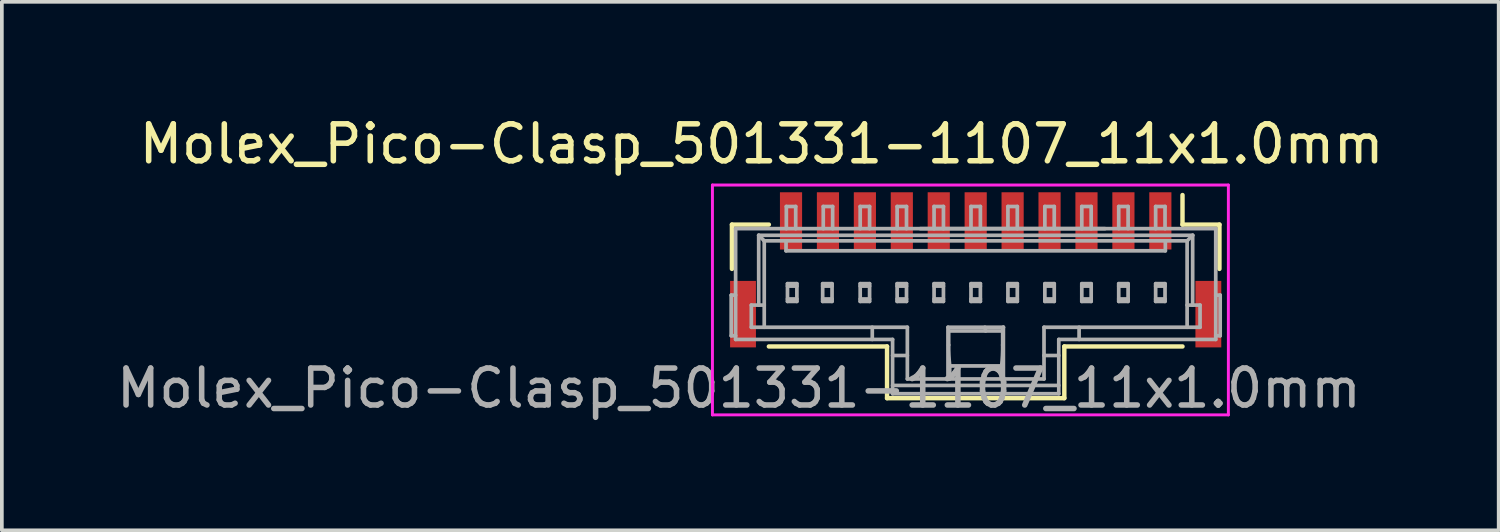
<source format=kicad_pcb>
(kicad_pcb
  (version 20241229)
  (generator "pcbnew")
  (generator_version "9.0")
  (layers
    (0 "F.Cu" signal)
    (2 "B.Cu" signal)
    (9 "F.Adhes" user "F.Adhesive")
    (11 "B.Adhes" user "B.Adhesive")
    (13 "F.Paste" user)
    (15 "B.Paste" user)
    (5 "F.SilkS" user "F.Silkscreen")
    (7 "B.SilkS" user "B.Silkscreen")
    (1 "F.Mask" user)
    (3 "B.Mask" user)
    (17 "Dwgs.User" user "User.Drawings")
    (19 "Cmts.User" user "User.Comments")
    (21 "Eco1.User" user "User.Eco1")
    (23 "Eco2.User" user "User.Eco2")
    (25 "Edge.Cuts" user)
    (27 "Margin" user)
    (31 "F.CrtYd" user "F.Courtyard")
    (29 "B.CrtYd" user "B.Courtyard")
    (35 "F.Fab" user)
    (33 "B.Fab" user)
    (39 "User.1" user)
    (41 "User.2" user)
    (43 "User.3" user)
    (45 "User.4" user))
  (footprint "Molex_Pico-Clasp_501331-1107_11x1.0mm"
    (layer "F.Cu")
    (at 24.368 4.881)
    (property "Reference" "Molex_Pico-Clasp_501331-1107_11x1.0mm" (at -6.797 -4.033 180) (layer "F.SilkS") (effects (font (size 1 1) (thickness 0.15))))
    (attr smd)
    (fp_line (start -7.6 -1.85) (end -6.6 -1.85) (stroke (width 0.12) (type solid)) (layer "F.SilkS"))
    (fp_line (start -7.6 -0.65) (end -7.6 -1.85) (stroke (width 0.12) (type solid)) (layer "F.SilkS"))
    (fp_line (start -3.4 1.45) (end -6.6 1.45) (stroke (width 0.12) (type solid)) (layer "F.SilkS"))
    (fp_line (start -3.4 2.85) (end -3.4 1.45) (stroke (width 0.12) (type solid)) (layer "F.SilkS"))
    (fp_line (start -3.4 2.85) (end 1.4 2.85) (stroke (width 0.12) (type solid)) (layer "F.SilkS"))
    (fp_line (start 1.4 1.45) (end 4.6 1.45) (stroke (width 0.12) (type solid)) (layer "F.SilkS"))
    (fp_line (start 1.4 2.85) (end 1.4 1.45) (stroke (width 0.12) (type solid)) (layer "F.SilkS"))
    (fp_line (start 4.6 -1.85) (end 4.6 -2.65) (stroke (width 0.12) (type solid)) (layer "F.SilkS"))
    (fp_line (start 5.6 -1.85) (end 4.6 -1.85) (stroke (width 0.12) (type solid)) (layer "F.SilkS"))
    (fp_line (start 5.6 -0.65) (end 5.6 -1.85) (stroke (width 0.12) (type solid)) (layer "F.SilkS"))
    (fp_line (start -8.128 -2.921) (end 5.842 -2.921) (stroke (width 0.08) (type solid)) (layer "F.CrtYd"))
    (fp_line (start -8.128 3.302) (end -8.128 -2.921) (stroke (width 0.08) (type solid)) (layer "F.CrtYd"))
    (fp_line (start 5.842 -2.921) (end 5.842 3.302) (stroke (width 0.08) (type solid)) (layer "F.CrtYd"))
    (fp_line (start 5.842 3.302) (end -8.128 3.302) (stroke (width 0.08) (type solid)) (layer "F.CrtYd"))
    (fp_line (start -7.62 0.06) (end -7.62 1.16) (stroke (width 0.1) (type solid)) (layer "F.Fab"))
    (fp_line (start -7.62 0.06) (end -7.5 0.06) (stroke (width 0.1) (type solid)) (layer "F.Fab"))
    (fp_line (start -7.5 -1.74) (end 5.5 -1.74) (stroke (width 0.1) (type solid)) (layer "F.Fab"))
    (fp_line (start -7.5 1.16) (end -7.62 1.16) (stroke (width 0.1) (type solid)) (layer "F.Fab"))
    (fp_line (start -7.5 1.26) (end -7.5 -1.74) (stroke (width 0.1) (type solid)) (layer "F.Fab"))
    (fp_line (start -7.5 1.26) (end -3.25 1.26) (stroke (width 0.1) (type solid)) (layer "F.Fab"))
    (fp_line (start -7.075 0.33) (end -7.075 0.93) (stroke (width 0.1) (type solid)) (layer "F.Fab"))
    (fp_line (start -7.075 0.33) (end -6.725 0.33) (stroke (width 0.1) (type solid)) (layer "F.Fab"))
    (fp_line (start -6.875 -1.56) (end -6.725 -1.41) (stroke (width 0.1) (type solid)) (layer "F.Fab"))
    (fp_line (start -6.875 -1.56) (end 4.875 -1.56) (stroke (width 0.1) (type solid)) (layer "F.Fab"))
    (fp_line (start -6.875 0.33) (end -6.875 -1.56) (stroke (width 0.1) (type solid)) (layer "F.Fab"))
    (fp_line (start -6.725 -1.41) (end 4.725 -1.41) (stroke (width 0.1) (type solid)) (layer "F.Fab"))
    (fp_line (start -6.725 0.93) (end -6.725 -1.41) (stroke (width 0.1) (type solid)) (layer "F.Fab"))
    (fp_line (start -6.135 -1.14) (end -6.135 -1.41) (stroke (width 0.1) (type solid)) (layer "F.Fab"))
    (fp_line (start -6.127 -2.34) (end -5.873 -2.34) (stroke (width 0.1) (type solid)) (layer "F.Fab"))
    (fp_line (start -6.127 -1.74) (end -6.127 -2.34) (stroke (width 0.1) (type solid)) (layer "F.Fab"))
    (fp_line (start -6.096 -0.25) (end -6.096 0.23) (stroke (width 0.1) (type solid)) (layer "F.Fab"))
    (fp_line (start -6.096 -0.25) (end -5.841 -0.25) (stroke (width 0.1) (type solid)) (layer "F.Fab"))
    (fp_line (start -6.096 -0.185) (end -5.841 -0.185) (stroke (width 0.1) (type solid)) (layer "F.Fab"))
    (fp_line (start -6.096 0.165) (end -5.841 0.165) (stroke (width 0.1) (type solid)) (layer "F.Fab"))
    (fp_line (start -6.096 0.23) (end -5.841 0.23) (stroke (width 0.1) (type solid)) (layer "F.Fab"))
    (fp_line (start -5.873 -2.34) (end -5.873 -1.74) (stroke (width 0.1) (type solid)) (layer "F.Fab"))
    (fp_line (start -5.841 -0.25) (end -5.841 0.23) (stroke (width 0.1) (type solid)) (layer "F.Fab"))
    (fp_line (start -5.143 -0.25) (end -5.143 0.23) (stroke (width 0.1) (type solid)) (layer "F.Fab"))
    (fp_line (start -5.143 -0.25) (end -4.889 -0.25) (stroke (width 0.1) (type solid)) (layer "F.Fab"))
    (fp_line (start -5.143 -0.185) (end -4.889 -0.185) (stroke (width 0.1) (type solid)) (layer "F.Fab"))
    (fp_line (start -5.143 0.165) (end -4.889 0.165) (stroke (width 0.1) (type solid)) (layer "F.Fab"))
    (fp_line (start -5.143 0.23) (end -4.889 0.23) (stroke (width 0.1) (type solid)) (layer "F.Fab"))
    (fp_line (start -5.127 -2.34) (end -4.873 -2.34) (stroke (width 0.1) (type solid)) (layer "F.Fab"))
    (fp_line (start -5.127 -1.74) (end -5.127 -2.34) (stroke (width 0.1) (type solid)) (layer "F.Fab"))
    (fp_line (start -4.889 -0.25) (end -4.889 0.23) (stroke (width 0.1) (type solid)) (layer "F.Fab"))
    (fp_line (start -4.873 -2.34) (end -4.873 -1.74) (stroke (width 0.1) (type solid)) (layer "F.Fab"))
    (fp_line (start -4.127 -2.34) (end -3.873 -2.34) (stroke (width 0.1) (type solid)) (layer "F.Fab"))
    (fp_line (start -4.127 -1.74) (end -4.127 -2.34) (stroke (width 0.1) (type solid)) (layer "F.Fab"))
    (fp_line (start -4.127 -0.25) (end -4.127 0.23) (stroke (width 0.1) (type solid)) (layer "F.Fab"))
    (fp_line (start -4.127 -0.25) (end -3.873 -0.25) (stroke (width 0.1) (type solid)) (layer "F.Fab"))
    (fp_line (start -4.127 -0.185) (end -3.873 -0.185) (stroke (width 0.1) (type solid)) (layer "F.Fab"))
    (fp_line (start -4.127 0.165) (end -3.873 0.165) (stroke (width 0.1) (type solid)) (layer "F.Fab"))
    (fp_line (start -4.127 0.23) (end -3.873 0.23) (stroke (width 0.1) (type solid)) (layer "F.Fab"))
    (fp_line (start -3.873 -2.34) (end -3.873 -1.74) (stroke (width 0.1) (type solid)) (layer "F.Fab"))
    (fp_line (start -3.873 -0.25) (end -3.873 0.23) (stroke (width 0.1) (type solid)) (layer "F.Fab"))
    (fp_line (start -3.8 0.93) (end -3.8 1.26) (stroke (width 0.1) (type solid)) (layer "F.Fab"))
    (fp_line (start -3.25 1.695) (end -2.85 1.695) (stroke (width 0.1) (type solid)) (layer "F.Fab"))
    (fp_line (start -3.25 2.505) (end 1.25 2.505) (stroke (width 0.1) (type solid)) (layer "F.Fab"))
    (fp_line (start -3.25 2.73) (end -3.25 1.26) (stroke (width 0.1) (type solid)) (layer "F.Fab"))
    (fp_line (start -3.127 -2.34) (end -3.127 -1.74) (stroke (width 0.1) (type solid)) (layer "F.Fab"))
    (fp_line (start -3.127 -2.34) (end -2.873 -2.34) (stroke (width 0.1) (type solid)) (layer "F.Fab"))
    (fp_line (start -3.127 -0.25) (end -3.127 0.23) (stroke (width 0.1) (type solid)) (layer "F.Fab"))
    (fp_line (start -3.127 -0.25) (end -2.873 -0.25) (stroke (width 0.1) (type solid)) (layer "F.Fab"))
    (fp_line (start -3.127 -0.185) (end -2.873 -0.185) (stroke (width 0.1) (type solid)) (layer "F.Fab"))
    (fp_line (start -3.127 0.165) (end -2.873 0.165) (stroke (width 0.1) (type solid)) (layer "F.Fab"))
    (fp_line (start -3.127 0.23) (end -2.873 0.23) (stroke (width 0.1) (type solid)) (layer "F.Fab"))
    (fp_line (start -2.873 -2.34) (end -2.873 -1.74) (stroke (width 0.1) (type solid)) (layer "F.Fab"))
    (fp_line (start -2.873 -0.25) (end -2.873 0.23) (stroke (width 0.1) (type solid)) (layer "F.Fab"))
    (fp_line (start -2.85 0.93) (end -7.075 0.93) (stroke (width 0.1) (type solid)) (layer "F.Fab"))
    (fp_line (start -2.85 0.93) (end -2.85 2.33) (stroke (width 0.1) (type solid)) (layer "F.Fab"))
    (fp_line (start -2.5 -1.74) (end 2.5 -1.74) (stroke (width 0.1) (type solid)) (layer "F.Fab"))
    (fp_line (start -2.127 -2.34) (end -2.127 -1.74) (stroke (width 0.1) (type solid)) (layer "F.Fab"))
    (fp_line (start -2.127 -2.34) (end -1.873 -2.34) (stroke (width 0.1) (type solid)) (layer "F.Fab"))
    (fp_line (start -2.127 -0.25) (end -2.127 0.23) (stroke (width 0.1) (type solid)) (layer "F.Fab"))
    (fp_line (start -2.127 -0.25) (end -1.873 -0.25) (stroke (width 0.1) (type solid)) (layer "F.Fab"))
    (fp_line (start -2.127 -0.185) (end -1.873 -0.185) (stroke (width 0.1) (type solid)) (layer "F.Fab"))
    (fp_line (start -2.127 0.165) (end -1.873 0.165) (stroke (width 0.1) (type solid)) (layer "F.Fab"))
    (fp_line (start -2.127 0.23) (end -1.873 0.23) (stroke (width 0.1) (type solid)) (layer "F.Fab"))
    (fp_line (start -1.873 -2.34) (end -1.873 -1.74) (stroke (width 0.1) (type solid)) (layer "F.Fab"))
    (fp_line (start -1.873 -0.25) (end -1.873 0.23) (stroke (width 0.1) (type solid)) (layer "F.Fab"))
    (fp_line (start -1.75 0.93) (end -0.25 0.93) (stroke (width 0.1) (type solid)) (layer "F.Fab"))
    (fp_line (start -1.75 2.33) (end -1.75 0.93) (stroke (width 0.1) (type solid)) (layer "F.Fab"))
    (fp_line (start -1.731 1.03) (end -0.269 1.03) (stroke (width 0.1) (type solid)) (layer "F.Fab"))
    (fp_line (start -1.731 1.41) (end -1.731 1.03) (stroke (width 0.1) (type solid)) (layer "F.Fab"))
    (fp_line (start -1.703 1.977) (end -1.703 2.33) (stroke (width 0.1) (type solid)) (layer "F.Fab"))
    (fp_line (start -1.127 -2.34) (end -1.127 -1.74) (stroke (width 0.1) (type solid)) (layer "F.Fab"))
    (fp_line (start -1.127 -2.34) (end -0.873 -2.34) (stroke (width 0.1) (type solid)) (layer "F.Fab"))
    (fp_line (start -1.127 -0.25) (end -1.127 0.23) (stroke (width 0.1) (type solid)) (layer "F.Fab"))
    (fp_line (start -1.127 -0.25) (end -0.873 -0.25) (stroke (width 0.1) (type solid)) (layer "F.Fab"))
    (fp_line (start -1.127 -0.185) (end -0.873 -0.185) (stroke (width 0.1) (type solid)) (layer "F.Fab"))
    (fp_line (start -1.127 0.165) (end -0.873 0.165) (stroke (width 0.1) (type solid)) (layer "F.Fab"))
    (fp_line (start -1.127 0.23) (end -0.873 0.23) (stroke (width 0.1) (type solid)) (layer "F.Fab"))
    (fp_line (start -0.873 -2.34) (end -0.873 -1.74) (stroke (width 0.1) (type solid)) (layer "F.Fab"))
    (fp_line (start -0.873 -0.25) (end -0.873 0.23) (stroke (width 0.1) (type solid)) (layer "F.Fab"))
    (fp_line (start -0.75 0.93) (end -0.731 1.03) (stroke (width 0.1) (type solid)) (layer "F.Fab"))
    (fp_line (start -0.297 1.977) (end -1.703 1.977) (stroke (width 0.1) (type solid)) (layer "F.Fab"))
    (fp_line (start -0.297 2.33) (end -0.297 1.977) (stroke (width 0.1) (type solid)) (layer "F.Fab"))
    (fp_line (start -0.269 1.03) (end -0.25 0.93) (stroke (width 0.1) (type solid)) (layer "F.Fab"))
    (fp_line (start -0.269 1.41) (end -0.269 1.03) (stroke (width 0.1) (type solid)) (layer "F.Fab"))
    (fp_line (start -0.25 0.93) (end -0.25 2.33) (stroke (width 0.1) (type solid)) (layer "F.Fab"))
    (fp_line (start -0.127 -2.34) (end -0.127 -1.74) (stroke (width 0.1) (type solid)) (layer "F.Fab"))
    (fp_line (start -0.127 -2.34) (end 0.127 -2.34) (stroke (width 0.1) (type solid)) (layer "F.Fab"))
    (fp_line (start -0.127 -0.25) (end -0.127 0.23) (stroke (width 0.1) (type solid)) (layer "F.Fab"))
    (fp_line (start -0.127 -0.25) (end 0.127 -0.25) (stroke (width 0.1) (type solid)) (layer "F.Fab"))
    (fp_line (start -0.127 -0.185) (end 0.127 -0.185) (stroke (width 0.1) (type solid)) (layer "F.Fab"))
    (fp_line (start -0.127 0.165) (end 0.127 0.165) (stroke (width 0.1) (type solid)) (layer "F.Fab"))
    (fp_line (start -0.127 0.23) (end 0.127 0.23) (stroke (width 0.1) (type solid)) (layer "F.Fab"))
    (fp_line (start 0.127 -2.34) (end 0.127 -1.74) (stroke (width 0.1) (type solid)) (layer "F.Fab"))
    (fp_line (start 0.127 -0.25) (end 0.127 0.23) (stroke (width 0.1) (type solid)) (layer "F.Fab"))
    (fp_line (start 0.85 1.695) (end 1.25 1.695) (stroke (width 0.1) (type solid)) (layer "F.Fab"))
    (fp_line (start 0.85 2.33) (end -2.85 2.33) (stroke (width 0.1) (type solid)) (layer "F.Fab"))
    (fp_line (start 0.85 2.33) (end 0.85 0.93) (stroke (width 0.1) (type solid)) (layer "F.Fab"))
    (fp_line (start 0.873 -2.34) (end 0.873 -1.74) (stroke (width 0.1) (type solid)) (layer "F.Fab"))
    (fp_line (start 0.873 -2.34) (end 1.127 -2.34) (stroke (width 0.1) (type solid)) (layer "F.Fab"))
    (fp_line (start 0.873 -0.25) (end 0.873 0.23) (stroke (width 0.1) (type solid)) (layer "F.Fab"))
    (fp_line (start 0.873 -0.25) (end 1.127 -0.25) (stroke (width 0.1) (type solid)) (layer "F.Fab"))
    (fp_line (start 0.873 -0.185) (end 1.127 -0.185) (stroke (width 0.1) (type solid)) (layer "F.Fab"))
    (fp_line (start 0.873 0.165) (end 1.127 0.165) (stroke (width 0.1) (type solid)) (layer "F.Fab"))
    (fp_line (start 0.873 0.23) (end 1.127 0.23) (stroke (width 0.1) (type solid)) (layer "F.Fab"))
    (fp_line (start 1.127 -2.34) (end 1.127 -1.74) (stroke (width 0.1) (type solid)) (layer "F.Fab"))
    (fp_line (start 1.127 -0.25) (end 1.127 0.23) (stroke (width 0.1) (type solid)) (layer "F.Fab"))
    (fp_line (start 1.25 1.26) (end 5.5 1.26) (stroke (width 0.1) (type solid)) (layer "F.Fab"))
    (fp_line (start 1.25 2.73) (end -3.25 2.73) (stroke (width 0.1) (type solid)) (layer "F.Fab"))
    (fp_line (start 1.25 2.73) (end 1.25 1.26) (stroke (width 0.1) (type solid)) (layer "F.Fab"))
    (fp_line (start 1.8 1.26) (end 1.8 0.93) (stroke (width 0.1) (type solid)) (layer "F.Fab"))
    (fp_line (start 1.873 -2.34) (end 1.873 -1.74) (stroke (width 0.1) (type solid)) (layer "F.Fab"))
    (fp_line (start 1.873 -2.34) (end 2.127 -2.34) (stroke (width 0.1) (type solid)) (layer "F.Fab"))
    (fp_line (start 1.873 -0.25) (end 1.873 0.23) (stroke (width 0.1) (type solid)) (layer "F.Fab"))
    (fp_line (start 1.873 -0.25) (end 2.127 -0.25) (stroke (width 0.1) (type solid)) (layer "F.Fab"))
    (fp_line (start 1.873 -0.185) (end 2.127 -0.185) (stroke (width 0.1) (type solid)) (layer "F.Fab"))
    (fp_line (start 1.873 0.165) (end 2.127 0.165) (stroke (width 0.1) (type solid)) (layer "F.Fab"))
    (fp_line (start 1.873 0.23) (end 2.127 0.23) (stroke (width 0.1) (type solid)) (layer "F.Fab"))
    (fp_line (start 2.127 -2.34) (end 2.127 -1.74) (stroke (width 0.1) (type solid)) (layer "F.Fab"))
    (fp_line (start 2.127 -0.25) (end 2.127 0.23) (stroke (width 0.1) (type solid)) (layer "F.Fab"))
    (fp_line (start 2.873 -2.34) (end 2.873 -1.74) (stroke (width 0.1) (type solid)) (layer "F.Fab"))
    (fp_line (start 2.873 -2.34) (end 3.127 -2.34) (stroke (width 0.1) (type solid)) (layer "F.Fab"))
    (fp_line (start 2.873 -0.25) (end 2.873 0.23) (stroke (width 0.1) (type solid)) (layer "F.Fab"))
    (fp_line (start 2.873 -0.25) (end 3.127 -0.25) (stroke (width 0.1) (type solid)) (layer "F.Fab"))
    (fp_line (start 2.873 -0.185) (end 3.127 -0.185) (stroke (width 0.1) (type solid)) (layer "F.Fab"))
    (fp_line (start 2.873 0.165) (end 3.127 0.165) (stroke (width 0.1) (type solid)) (layer "F.Fab"))
    (fp_line (start 2.873 0.23) (end 3.127 0.23) (stroke (width 0.1) (type solid)) (layer "F.Fab"))
    (fp_line (start 3.127 -1.74) (end 3.127 -2.34) (stroke (width 0.1) (type solid)) (layer "F.Fab"))
    (fp_line (start 3.127 -0.25) (end 3.127 0.23) (stroke (width 0.1) (type solid)) (layer "F.Fab"))
    (fp_line (start 3.873 -2.34) (end 4.127 -2.34) (stroke (width 0.1) (type solid)) (layer "F.Fab"))
    (fp_line (start 3.873 -1.74) (end 3.873 -2.34) (stroke (width 0.1) (type solid)) (layer "F.Fab"))
    (fp_line (start 3.873 -0.25) (end 3.873 0.23) (stroke (width 0.1) (type solid)) (layer "F.Fab"))
    (fp_line (start 3.873 -0.25) (end 4.127 -0.25) (stroke (width 0.1) (type solid)) (layer "F.Fab"))
    (fp_line (start 3.873 -0.185) (end 4.127 -0.185) (stroke (width 0.1) (type solid)) (layer "F.Fab"))
    (fp_line (start 3.873 0.165) (end 4.127 0.165) (stroke (width 0.1) (type solid)) (layer "F.Fab"))
    (fp_line (start 3.873 0.23) (end 4.127 0.23) (stroke (width 0.1) (type solid)) (layer "F.Fab"))
    (fp_line (start 4.127 -2.34) (end 4.127 -1.74) (stroke (width 0.1) (type solid)) (layer "F.Fab"))
    (fp_line (start 4.127 -0.25) (end 4.127 0.23) (stroke (width 0.1) (type solid)) (layer "F.Fab"))
    (fp_line (start 4.135 -1.14) (end -6.135 -1.14) (stroke (width 0.1) (type solid)) (layer "F.Fab"))
    (fp_line (start 4.135 -1.14) (end 4.135 -1.41) (stroke (width 0.1) (type solid)) (layer "F.Fab"))
    (fp_line (start 4.725 -1.41) (end 4.725 0.93) (stroke (width 0.1) (type solid)) (layer "F.Fab"))
    (fp_line (start 4.725 -1.41) (end 4.875 -1.56) (stroke (width 0.1) (type solid)) (layer "F.Fab"))
    (fp_line (start 4.875 -1.56) (end 4.875 0.33) (stroke (width 0.1) (type solid)) (layer "F.Fab"))
    (fp_line (start 5.075 0.33) (end 4.725 0.33) (stroke (width 0.1) (type solid)) (layer "F.Fab"))
    (fp_line (start 5.075 0.93) (end 0.85 0.93) (stroke (width 0.1) (type solid)) (layer "F.Fab"))
    (fp_line (start 5.075 0.93) (end 5.075 0.33) (stroke (width 0.1) (type solid)) (layer "F.Fab"))
    (fp_line (start 5.5 -1.74) (end 5.5 1.26) (stroke (width 0.1) (type solid)) (layer "F.Fab"))
    (fp_line (start 5.5 0.06) (end 5.62 0.06) (stroke (width 0.1) (type solid)) (layer "F.Fab"))
    (fp_line (start 5.62 1.16) (end 5.5 1.16) (stroke (width 0.1) (type solid)) (layer "F.Fab"))
    (fp_line (start 5.62 1.16) (end 5.62 0.06) (stroke (width 0.1) (type solid)) (layer "F.Fab"))
    (fp_arc (start -1.702818 1.977078) (mid -1.72524 1.693813) (end -1.730742 1.409716) (stroke (width 0.1) (type solid)) (layer "F.Fab"))
    (fp_arc (start -0.269258 1.409717) (mid -0.27476 1.693814) (end -0.297182 1.977079) (stroke (width 0.1) (type solid)) (layer "F.Fab"))
    (fp_text user "${REFERENCE}" (at -7.41 2.58 180) (layer "F.Fab") (effects (font (size 1 1) (thickness 0.15))))
    (pad "1" smd rect (at 4 -1.95) (size 0.6 1.55) (layers "F.Cu" "F.Mask" "F.Paste"))
    (pad "2" smd rect (at 3 -1.95) (size 0.6 1.55) (layers "F.Cu" "F.Mask" "F.Paste"))
    (pad "3" smd rect (at 2 -1.95) (size 0.6 1.55) (layers "F.Cu" "F.Mask" "F.Paste"))
    (pad "4" smd rect (at 1 -1.95) (size 0.6 1.55) (layers "F.Cu" "F.Mask" "F.Paste"))
    (pad "5" smd rect (at 0 -1.95) (size 0.6 1.55) (layers "F.Cu" "F.Mask" "F.Paste"))
    (pad "6" smd rect (at -1 -1.95) (size 0.6 1.55) (layers "F.Cu" "F.Mask" "F.Paste"))
    (pad "7" smd rect (at -2 -1.95) (size 0.6 1.55) (layers "F.Cu" "F.Mask" "F.Paste"))
    (pad "8" smd rect (at -3 -1.95) (size 0.6 1.55) (layers "F.Cu" "F.Mask" "F.Paste"))
    (pad "9" smd rect (at -4 -1.95) (size 0.6 1.55) (layers "F.Cu" "F.Mask" "F.Paste"))
    (pad "10" smd rect (at -5 -1.95) (size 0.6 1.55) (layers "F.Cu" "F.Mask" "F.Paste"))
    (pad "11" smd rect (at -6 -1.95) (size 0.6 1.55) (layers "F.Cu" "F.Mask" "F.Paste"))
    (pad "12" smd rect (at -7.3 0.575) (size 0.7 1.8) (layers "F.Cu" "F.Mask" "F.Paste"))
    (pad "12" smd rect (at 5.3 0.575) (size 0.7 1.8) (layers "F.Cu" "F.Mask" "F.Paste")))
  (gr_rect
    (start -3 -3)
    (end 37.529 11.309)
    (stroke (width 0.1) (type default))
    (fill no)
    (layer "Edge.Cuts")))
</source>
